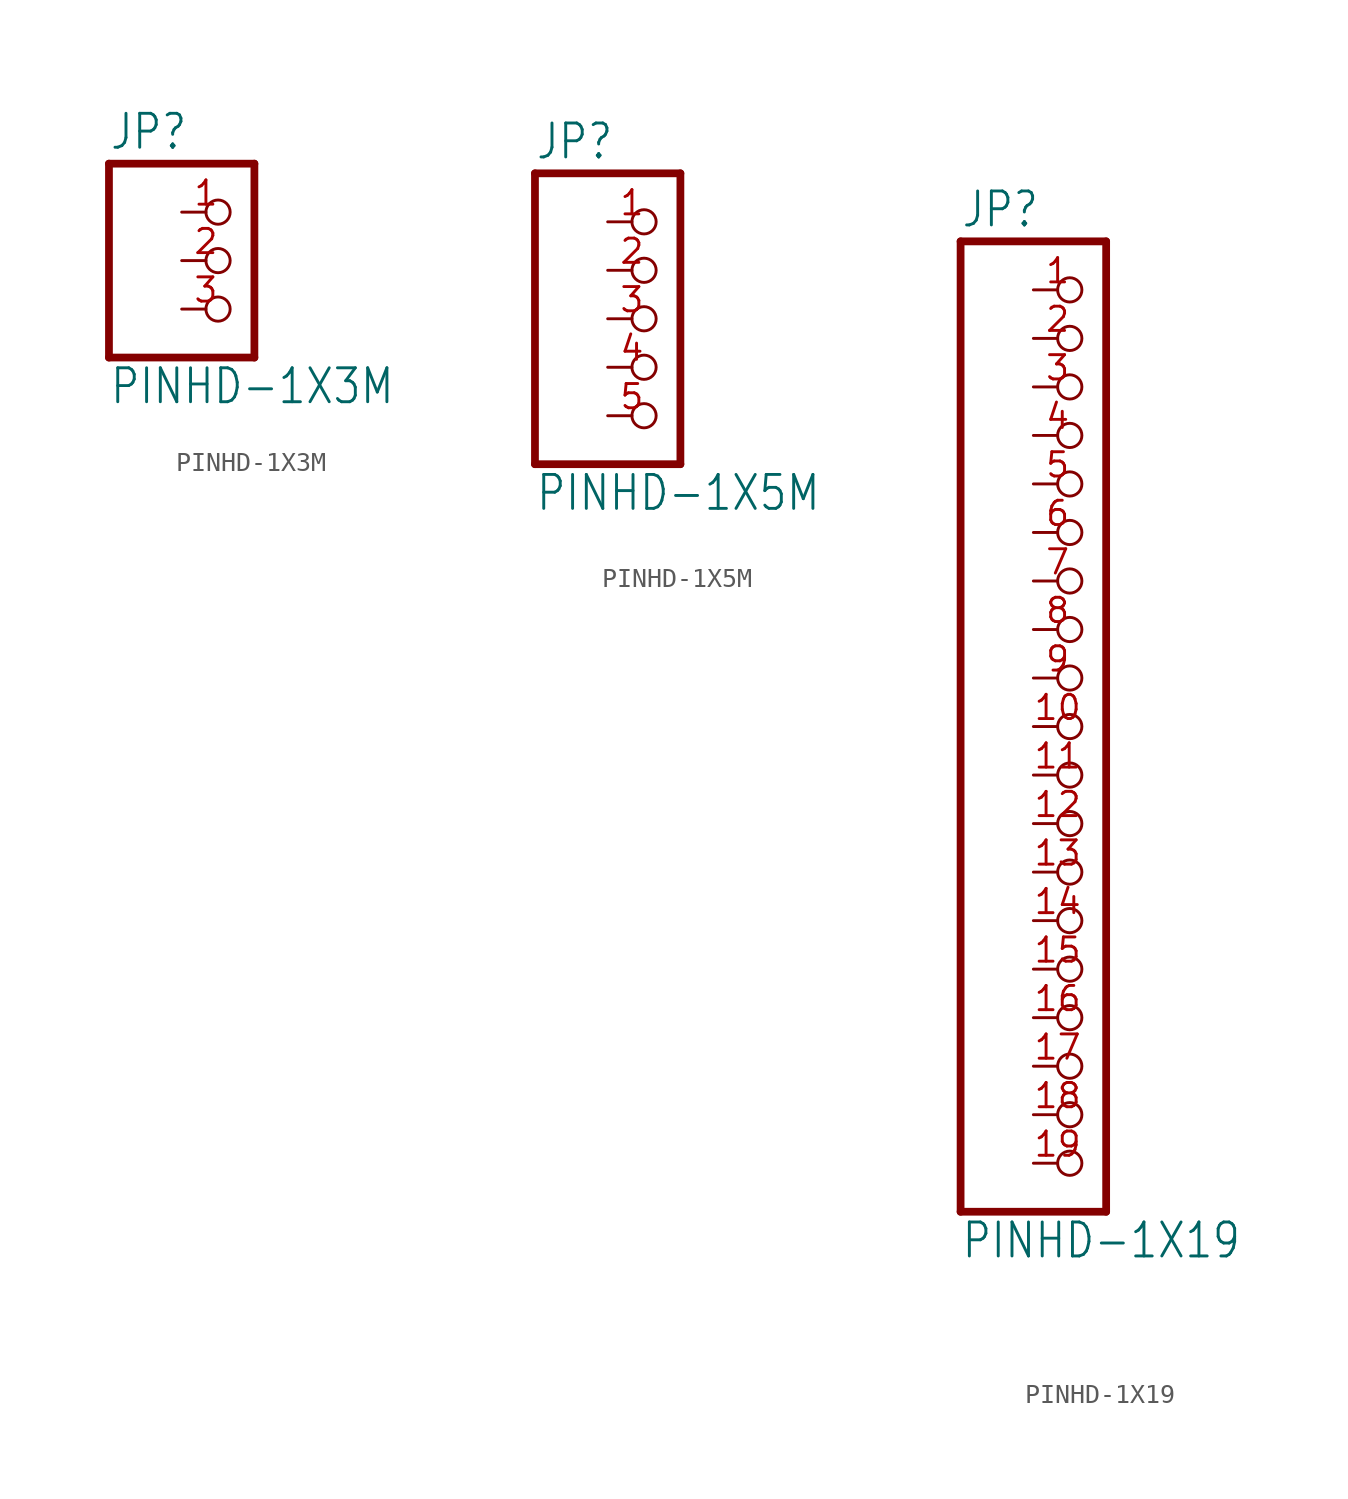
<source format=kicad_sym>
(kicad_symbol_lib
  (version 20211014)
  (generator kicad_symbol_editor)
  (symbol "PINHD-1X3M"
    (property "Reference" "JP"
      (at -6.35 5.715 0)
      (effects (font (size 1.778 1.511)) (justify left bottom)))
    (property "Value" "PINHD-1X3M"
      (at -6.35 -7.62 0)
      (effects (font (size 1.778 1.511)) (justify left bottom)))
    (property "ki_locked" ""
      (at 0 0 0)
      (effects (font (size 1.27 1.27))))
    (symbol "PINHD-1X3M_1_0"
      (polyline (pts (xy -6.35 -5.08) (xy 1.27 -5.08)) (stroke (width 0.406) (type default) (color 0 0 0 0)) (fill (type none)))
      (polyline (pts (xy -6.35 5.08) (xy -6.35 -5.08)) (stroke (width 0.406) (type default) (color 0 0 0 0)) (fill (type none)))
      (polyline (pts (xy 1.27 -5.08) (xy 1.27 5.08)) (stroke (width 0.406) (type default) (color 0 0 0 0)) (fill (type none)))
      (polyline (pts (xy 1.27 5.08) (xy -6.35 5.08)) (stroke (width 0.406) (type default) (color 0 0 0 0)) (fill (type none)))
      (pin passive inverted (at -2.54 2.54 0) (length 2.54) (name "1" (effects (font (size 0 0)))) (number "1" (effects (font (size 1.27 1.27)))))
      (pin passive inverted (at -2.54 0 0) (length 2.54) (name "2" (effects (font (size 0 0)))) (number "2" (effects (font (size 1.27 1.27)))))
      (pin passive inverted (at -2.54 -2.54 0) (length 2.54) (name "3" (effects (font (size 0 0)))) (number "3" (effects (font (size 1.27 1.27)))))))
  (symbol "PINHD-1X5M"
    (property "Reference" "JP"
      (at -6.35 8.255 0)
      (effects (font (size 1.778 1.511)) (justify left bottom)))
    (property "Value" "PINHD-1X5M"
      (at -6.35 -10.16 0)
      (effects (font (size 1.778 1.511)) (justify left bottom)))
    (property "ki_locked" ""
      (at 0 0 0)
      (effects (font (size 1.27 1.27))))
    (symbol "PINHD-1X5M_1_0"
      (polyline (pts (xy -6.35 -7.62) (xy 1.27 -7.62)) (stroke (width 0.406) (type default) (color 0 0 0 0)) (fill (type none)))
      (polyline (pts (xy -6.35 7.62) (xy -6.35 -7.62)) (stroke (width 0.406) (type default) (color 0 0 0 0)) (fill (type none)))
      (polyline (pts (xy 1.27 -7.62) (xy 1.27 7.62)) (stroke (width 0.406) (type default) (color 0 0 0 0)) (fill (type none)))
      (polyline (pts (xy 1.27 7.62) (xy -6.35 7.62)) (stroke (width 0.406) (type default) (color 0 0 0 0)) (fill (type none)))
      (pin passive inverted (at -2.54 5.08 0) (length 2.54) (name "1" (effects (font (size 0 0)))) (number "1" (effects (font (size 1.27 1.27)))))
      (pin passive inverted (at -2.54 2.54 0) (length 2.54) (name "2" (effects (font (size 0 0)))) (number "2" (effects (font (size 1.27 1.27)))))
      (pin passive inverted (at -2.54 0 0) (length 2.54) (name "3" (effects (font (size 0 0)))) (number "3" (effects (font (size 1.27 1.27)))))
      (pin passive inverted (at -2.54 -2.54 0) (length 2.54) (name "4" (effects (font (size 0 0)))) (number "4" (effects (font (size 1.27 1.27)))))
      (pin passive inverted (at -2.54 -5.08 0) (length 2.54) (name "5" (effects (font (size 0 0)))) (number "5" (effects (font (size 1.27 1.27)))))))
  (symbol "PINHD-1X19"
    (property "Reference" "JP"
      (at -6.35 23.495 0)
      (effects (font (size 1.778 1.511)) (justify left bottom)))
    (property "Value" "PINHD-1X19"
      (at -6.35 -30.48 0)
      (effects (font (size 1.778 1.511)) (justify left bottom)))
    (property "ki_locked" ""
      (at 0 0 0)
      (effects (font (size 1.27 1.27))))
    (symbol "PINHD-1X19_1_0"
      (polyline (pts (xy -6.35 -27.94) (xy 1.27 -27.94)) (stroke (width 0.406) (type default) (color 0 0 0 0)) (fill (type none)))
      (polyline (pts (xy -6.35 22.86) (xy -6.35 -27.94)) (stroke (width 0.406) (type default) (color 0 0 0 0)) (fill (type none)))
      (polyline (pts (xy 1.27 -27.94) (xy 1.27 22.86)) (stroke (width 0.406) (type default) (color 0 0 0 0)) (fill (type none)))
      (polyline (pts (xy 1.27 22.86) (xy -6.35 22.86)) (stroke (width 0.406) (type default) (color 0 0 0 0)) (fill (type none)))
      (pin passive inverted (at -2.54 20.32 0) (length 2.54) (name "1" (effects (font (size 0 0)))) (number "1" (effects (font (size 1.27 1.27)))))
      (pin passive inverted (at -2.54 -2.54 0) (length 2.54) (name "10" (effects (font (size 0 0)))) (number "10" (effects (font (size 1.27 1.27)))))
      (pin passive inverted (at -2.54 -5.08 0) (length 2.54) (name "11" (effects (font (size 0 0)))) (number "11" (effects (font (size 1.27 1.27)))))
      (pin passive inverted (at -2.54 -7.62 0) (length 2.54) (name "12" (effects (font (size 0 0)))) (number "12" (effects (font (size 1.27 1.27)))))
      (pin passive inverted (at -2.54 -10.16 0) (length 2.54) (name "13" (effects (font (size 0 0)))) (number "13" (effects (font (size 1.27 1.27)))))
      (pin passive inverted (at -2.54 -12.7 0) (length 2.54) (name "14" (effects (font (size 0 0)))) (number "14" (effects (font (size 1.27 1.27)))))
      (pin passive inverted (at -2.54 -15.24 0) (length 2.54) (name "15" (effects (font (size 0 0)))) (number "15" (effects (font (size 1.27 1.27)))))
      (pin passive inverted (at -2.54 -17.78 0) (length 2.54) (name "16" (effects (font (size 0 0)))) (number "16" (effects (font (size 1.27 1.27)))))
      (pin passive inverted (at -2.54 -20.32 0) (length 2.54) (name "17" (effects (font (size 0 0)))) (number "17" (effects (font (size 1.27 1.27)))))
      (pin passive inverted (at -2.54 -22.86 0) (length 2.54) (name "18" (effects (font (size 0 0)))) (number "18" (effects (font (size 1.27 1.27)))))
      (pin passive inverted (at -2.54 -25.4 0) (length 2.54) (name "19" (effects (font (size 0 0)))) (number "19" (effects (font (size 1.27 1.27)))))
      (pin passive inverted (at -2.54 17.78 0) (length 2.54) (name "2" (effects (font (size 0 0)))) (number "2" (effects (font (size 1.27 1.27)))))
      (pin passive inverted (at -2.54 15.24 0) (length 2.54) (name "3" (effects (font (size 0 0)))) (number "3" (effects (font (size 1.27 1.27)))))
      (pin passive inverted (at -2.54 12.7 0) (length 2.54) (name "4" (effects (font (size 0 0)))) (number "4" (effects (font (size 1.27 1.27)))))
      (pin passive inverted (at -2.54 10.16 0) (length 2.54) (name "5" (effects (font (size 0 0)))) (number "5" (effects (font (size 1.27 1.27)))))
      (pin passive inverted (at -2.54 7.62 0) (length 2.54) (name "6" (effects (font (size 0 0)))) (number "6" (effects (font (size 1.27 1.27)))))
      (pin passive inverted (at -2.54 5.08 0) (length 2.54) (name "7" (effects (font (size 0 0)))) (number "7" (effects (font (size 1.27 1.27)))))
      (pin passive inverted (at -2.54 2.54 0) (length 2.54) (name "8" (effects (font (size 0 0)))) (number "8" (effects (font (size 1.27 1.27)))))
      (pin passive inverted (at -2.54 0 0) (length 2.54) (name "9" (effects (font (size 0 0)))) (number "9" (effects (font (size 1.27 1.27))))))))
</source>
